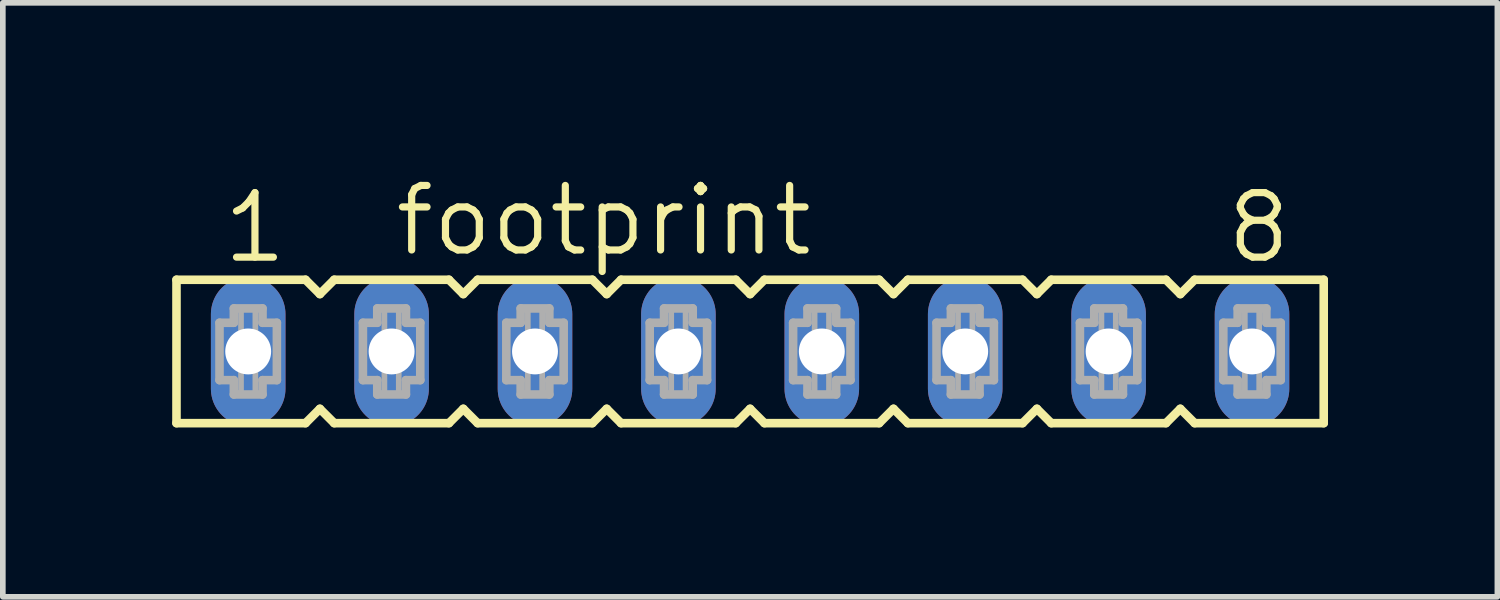
<source format=kicad_pcb>
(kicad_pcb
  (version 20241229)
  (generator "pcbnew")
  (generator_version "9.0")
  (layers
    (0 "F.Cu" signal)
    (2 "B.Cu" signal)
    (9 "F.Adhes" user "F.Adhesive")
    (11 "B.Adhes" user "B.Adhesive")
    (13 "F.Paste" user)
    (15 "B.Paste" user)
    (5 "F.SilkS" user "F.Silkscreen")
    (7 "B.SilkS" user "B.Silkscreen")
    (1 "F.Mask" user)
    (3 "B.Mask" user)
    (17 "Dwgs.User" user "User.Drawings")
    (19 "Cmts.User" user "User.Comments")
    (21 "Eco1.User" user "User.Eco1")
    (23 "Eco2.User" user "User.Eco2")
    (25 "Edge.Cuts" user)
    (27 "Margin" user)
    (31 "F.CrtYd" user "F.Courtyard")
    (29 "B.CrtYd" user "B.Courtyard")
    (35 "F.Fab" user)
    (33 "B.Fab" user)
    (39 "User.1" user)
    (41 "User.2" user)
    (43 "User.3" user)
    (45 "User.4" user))
  (footprint "footprint"
    (layer "F.Cu")
    (at 10.236 3.175)
    (property "Reference" "footprint" (at -6.35 -1.651 0) (layer "F.SilkS") (effects (font (size 1.143 1.143) (thickness 0.127)) (justify left bottom)))
    (fp_line (start -10.16 -1.27) (end -10.16 1.27) (stroke (width 0.152) (type solid)) (layer "F.SilkS"))
    (fp_line (start -10.16 1.27) (end -7.874 1.27) (stroke (width 0.152) (type solid)) (layer "F.SilkS"))
    (fp_line (start -7.874 -1.27) (end -10.16 -1.27) (stroke (width 0.152) (type solid)) (layer "F.SilkS"))
    (fp_line (start -7.874 1.27) (end -7.62 1.016) (stroke (width 0.152) (type solid)) (layer "F.SilkS"))
    (fp_line (start -7.62 -1.016) (end -7.874 -1.27) (stroke (width 0.152) (type solid)) (layer "F.SilkS"))
    (fp_line (start -7.62 1.016) (end -7.366 1.27) (stroke (width 0.152) (type solid)) (layer "F.SilkS"))
    (fp_line (start -7.366 -1.27) (end -7.62 -1.016) (stroke (width 0.152) (type solid)) (layer "F.SilkS"))
    (fp_line (start -7.366 1.27) (end -5.334 1.27) (stroke (width 0.152) (type solid)) (layer "F.SilkS"))
    (fp_line (start -5.334 -1.27) (end -7.366 -1.27) (stroke (width 0.152) (type solid)) (layer "F.SilkS"))
    (fp_line (start -5.334 1.27) (end -5.08 1.016) (stroke (width 0.152) (type solid)) (layer "F.SilkS"))
    (fp_line (start -5.08 -1.016) (end -5.334 -1.27) (stroke (width 0.152) (type solid)) (layer "F.SilkS"))
    (fp_line (start -5.08 1.016) (end -4.826 1.27) (stroke (width 0.152) (type solid)) (layer "F.SilkS"))
    (fp_line (start -4.826 -1.27) (end -5.08 -1.016) (stroke (width 0.152) (type solid)) (layer "F.SilkS"))
    (fp_line (start -4.826 1.27) (end -2.794 1.27) (stroke (width 0.152) (type solid)) (layer "F.SilkS"))
    (fp_line (start -2.794 -1.27) (end -4.826 -1.27) (stroke (width 0.152) (type solid)) (layer "F.SilkS"))
    (fp_line (start -2.794 1.27) (end -2.54 1.016) (stroke (width 0.152) (type solid)) (layer "F.SilkS"))
    (fp_line (start -2.54 -1.016) (end -2.794 -1.27) (stroke (width 0.152) (type solid)) (layer "F.SilkS"))
    (fp_line (start -2.54 1.016) (end -2.286 1.27) (stroke (width 0.152) (type solid)) (layer "F.SilkS"))
    (fp_line (start -2.286 -1.27) (end -2.54 -1.016) (stroke (width 0.152) (type solid)) (layer "F.SilkS"))
    (fp_line (start -2.286 1.27) (end -0.254 1.27) (stroke (width 0.152) (type solid)) (layer "F.SilkS"))
    (fp_line (start -0.254 -1.27) (end -2.286 -1.27) (stroke (width 0.152) (type solid)) (layer "F.SilkS"))
    (fp_line (start -0.254 1.27) (end 0 1.016) (stroke (width 0.152) (type solid)) (layer "F.SilkS"))
    (fp_line (start 0 -1.016) (end -0.254 -1.27) (stroke (width 0.152) (type solid)) (layer "F.SilkS"))
    (fp_line (start 0 1.016) (end 0.254 1.27) (stroke (width 0.152) (type solid)) (layer "F.SilkS"))
    (fp_line (start 0.254 -1.27) (end 0 -1.016) (stroke (width 0.152) (type solid)) (layer "F.SilkS"))
    (fp_line (start 0.254 1.27) (end 2.286 1.27) (stroke (width 0.152) (type solid)) (layer "F.SilkS"))
    (fp_line (start 2.286 -1.27) (end 0.254 -1.27) (stroke (width 0.152) (type solid)) (layer "F.SilkS"))
    (fp_line (start 2.286 1.27) (end 2.54 1.016) (stroke (width 0.152) (type solid)) (layer "F.SilkS"))
    (fp_line (start 2.54 -1.016) (end 2.286 -1.27) (stroke (width 0.152) (type solid)) (layer "F.SilkS"))
    (fp_line (start 2.54 1.016) (end 2.794 1.27) (stroke (width 0.152) (type solid)) (layer "F.SilkS"))
    (fp_line (start 2.794 -1.27) (end 2.54 -1.016) (stroke (width 0.152) (type solid)) (layer "F.SilkS"))
    (fp_line (start 2.794 1.27) (end 4.826 1.27) (stroke (width 0.152) (type solid)) (layer "F.SilkS"))
    (fp_line (start 4.826 -1.27) (end 2.794 -1.27) (stroke (width 0.152) (type solid)) (layer "F.SilkS"))
    (fp_line (start 4.826 1.27) (end 5.08 1.016) (stroke (width 0.152) (type solid)) (layer "F.SilkS"))
    (fp_line (start 5.08 -1.016) (end 4.826 -1.27) (stroke (width 0.152) (type solid)) (layer "F.SilkS"))
    (fp_line (start 5.08 1.016) (end 5.334 1.27) (stroke (width 0.152) (type solid)) (layer "F.SilkS"))
    (fp_line (start 5.334 -1.27) (end 5.08 -1.016) (stroke (width 0.152) (type solid)) (layer "F.SilkS"))
    (fp_line (start 5.334 1.27) (end 7.366 1.27) (stroke (width 0.152) (type solid)) (layer "F.SilkS"))
    (fp_line (start 7.366 -1.27) (end 5.334 -1.27) (stroke (width 0.152) (type solid)) (layer "F.SilkS"))
    (fp_line (start 7.366 1.27) (end 7.62 1.016) (stroke (width 0.152) (type solid)) (layer "F.SilkS"))
    (fp_line (start 7.62 -1.016) (end 7.366 -1.27) (stroke (width 0.152) (type solid)) (layer "F.SilkS"))
    (fp_line (start 7.62 1.016) (end 7.874 1.27) (stroke (width 0.152) (type solid)) (layer "F.SilkS"))
    (fp_line (start 7.874 -1.27) (end 7.62 -1.016) (stroke (width 0.152) (type solid)) (layer "F.SilkS"))
    (fp_line (start 7.874 1.27) (end 10.16 1.27) (stroke (width 0.152) (type solid)) (layer "F.SilkS"))
    (fp_line (start 10.16 -1.27) (end 7.874 -1.27) (stroke (width 0.152) (type solid)) (layer "F.SilkS"))
    (fp_line (start 10.16 1.27) (end 10.16 -1.27) (stroke (width 0.152) (type solid)) (layer "F.SilkS"))
    (fp_line (start -9.398 -0.508) (end -9.398 0.508) (stroke (width 0.152) (type solid)) (layer "F.Fab"))
    (fp_line (start -9.398 0.508) (end -9.144 0.508) (stroke (width 0.152) (type solid)) (layer "F.Fab"))
    (fp_line (start -9.144 -0.762) (end -9.144 -0.508) (stroke (width 0.152) (type solid)) (layer "F.Fab"))
    (fp_line (start -9.144 -0.508) (end -9.398 -0.508) (stroke (width 0.152) (type solid)) (layer "F.Fab"))
    (fp_line (start -9.144 0.508) (end -9.144 0.762) (stroke (width 0.152) (type solid)) (layer "F.Fab"))
    (fp_line (start -9.144 0.762) (end -8.636 0.762) (stroke (width 0.152) (type solid)) (layer "F.Fab"))
    (fp_line (start -8.636 -0.762) (end -9.144 -0.762) (stroke (width 0.152) (type solid)) (layer "F.Fab"))
    (fp_line (start -8.636 -0.508) (end -8.636 -0.762) (stroke (width 0.152) (type solid)) (layer "F.Fab"))
    (fp_line (start -8.636 0.508) (end -8.382 0.508) (stroke (width 0.152) (type solid)) (layer "F.Fab"))
    (fp_line (start -8.636 0.762) (end -8.636 0.508) (stroke (width 0.152) (type solid)) (layer "F.Fab"))
    (fp_line (start -8.382 -0.508) (end -8.636 -0.508) (stroke (width 0.152) (type solid)) (layer "F.Fab"))
    (fp_line (start -8.382 0.508) (end -8.382 -0.508) (stroke (width 0.152) (type solid)) (layer "F.Fab"))
    (fp_line (start -6.858 -0.508) (end -6.858 0.508) (stroke (width 0.152) (type solid)) (layer "F.Fab"))
    (fp_line (start -6.858 0.508) (end -6.604 0.508) (stroke (width 0.152) (type solid)) (layer "F.Fab"))
    (fp_line (start -6.604 -0.762) (end -6.604 -0.508) (stroke (width 0.152) (type solid)) (layer "F.Fab"))
    (fp_line (start -6.604 -0.508) (end -6.858 -0.508) (stroke (width 0.152) (type solid)) (layer "F.Fab"))
    (fp_line (start -6.604 0.508) (end -6.604 0.762) (stroke (width 0.152) (type solid)) (layer "F.Fab"))
    (fp_line (start -6.604 0.762) (end -6.096 0.762) (stroke (width 0.152) (type solid)) (layer "F.Fab"))
    (fp_line (start -6.096 -0.762) (end -6.604 -0.762) (stroke (width 0.152) (type solid)) (layer "F.Fab"))
    (fp_line (start -6.096 -0.508) (end -6.096 -0.762) (stroke (width 0.152) (type solid)) (layer "F.Fab"))
    (fp_line (start -6.096 0.508) (end -5.842 0.508) (stroke (width 0.152) (type solid)) (layer "F.Fab"))
    (fp_line (start -6.096 0.762) (end -6.096 0.508) (stroke (width 0.152) (type solid)) (layer "F.Fab"))
    (fp_line (start -5.842 -0.508) (end -6.096 -0.508) (stroke (width 0.152) (type solid)) (layer "F.Fab"))
    (fp_line (start -5.842 0.508) (end -5.842 -0.508) (stroke (width 0.152) (type solid)) (layer "F.Fab"))
    (fp_line (start -4.318 -0.508) (end -4.318 0.508) (stroke (width 0.152) (type solid)) (layer "F.Fab"))
    (fp_line (start -4.318 0.508) (end -4.064 0.508) (stroke (width 0.152) (type solid)) (layer "F.Fab"))
    (fp_line (start -4.064 -0.762) (end -4.064 -0.508) (stroke (width 0.152) (type solid)) (layer "F.Fab"))
    (fp_line (start -4.064 -0.508) (end -4.318 -0.508) (stroke (width 0.152) (type solid)) (layer "F.Fab"))
    (fp_line (start -4.064 0.508) (end -4.064 0.762) (stroke (width 0.152) (type solid)) (layer "F.Fab"))
    (fp_line (start -4.064 0.762) (end -3.556 0.762) (stroke (width 0.152) (type solid)) (layer "F.Fab"))
    (fp_line (start -3.556 -0.762) (end -4.064 -0.762) (stroke (width 0.152) (type solid)) (layer "F.Fab"))
    (fp_line (start -3.556 -0.508) (end -3.556 -0.762) (stroke (width 0.152) (type solid)) (layer "F.Fab"))
    (fp_line (start -3.556 0.508) (end -3.302 0.508) (stroke (width 0.152) (type solid)) (layer "F.Fab"))
    (fp_line (start -3.556 0.762) (end -3.556 0.508) (stroke (width 0.152) (type solid)) (layer "F.Fab"))
    (fp_line (start -3.302 -0.508) (end -3.556 -0.508) (stroke (width 0.152) (type solid)) (layer "F.Fab"))
    (fp_line (start -3.302 0.508) (end -3.302 -0.508) (stroke (width 0.152) (type solid)) (layer "F.Fab"))
    (fp_line (start -1.778 -0.508) (end -1.778 0.508) (stroke (width 0.152) (type solid)) (layer "F.Fab"))
    (fp_line (start -1.778 0.508) (end -1.524 0.508) (stroke (width 0.152) (type solid)) (layer "F.Fab"))
    (fp_line (start -1.524 -0.762) (end -1.524 -0.508) (stroke (width 0.152) (type solid)) (layer "F.Fab"))
    (fp_line (start -1.524 -0.508) (end -1.778 -0.508) (stroke (width 0.152) (type solid)) (layer "F.Fab"))
    (fp_line (start -1.524 0.508) (end -1.524 0.762) (stroke (width 0.152) (type solid)) (layer "F.Fab"))
    (fp_line (start -1.524 0.762) (end -1.016 0.762) (stroke (width 0.152) (type solid)) (layer "F.Fab"))
    (fp_line (start -1.016 -0.762) (end -1.524 -0.762) (stroke (width 0.152) (type solid)) (layer "F.Fab"))
    (fp_line (start -1.016 -0.508) (end -1.016 -0.762) (stroke (width 0.152) (type solid)) (layer "F.Fab"))
    (fp_line (start -1.016 0.508) (end -0.762 0.508) (stroke (width 0.152) (type solid)) (layer "F.Fab"))
    (fp_line (start -1.016 0.762) (end -1.016 0.508) (stroke (width 0.152) (type solid)) (layer "F.Fab"))
    (fp_line (start -0.762 -0.508) (end -1.016 -0.508) (stroke (width 0.152) (type solid)) (layer "F.Fab"))
    (fp_line (start -0.762 0.508) (end -0.762 -0.508) (stroke (width 0.152) (type solid)) (layer "F.Fab"))
    (fp_line (start 0.762 -0.508) (end 0.762 0.508) (stroke (width 0.152) (type solid)) (layer "F.Fab"))
    (fp_line (start 0.762 0.508) (end 1.016 0.508) (stroke (width 0.152) (type solid)) (layer "F.Fab"))
    (fp_line (start 1.016 -0.762) (end 1.016 -0.508) (stroke (width 0.152) (type solid)) (layer "F.Fab"))
    (fp_line (start 1.016 -0.508) (end 0.762 -0.508) (stroke (width 0.152) (type solid)) (layer "F.Fab"))
    (fp_line (start 1.016 0.508) (end 1.016 0.762) (stroke (width 0.152) (type solid)) (layer "F.Fab"))
    (fp_line (start 1.016 0.762) (end 1.524 0.762) (stroke (width 0.152) (type solid)) (layer "F.Fab"))
    (fp_line (start 1.524 -0.762) (end 1.016 -0.762) (stroke (width 0.152) (type solid)) (layer "F.Fab"))
    (fp_line (start 1.524 -0.508) (end 1.524 -0.762) (stroke (width 0.152) (type solid)) (layer "F.Fab"))
    (fp_line (start 1.524 0.508) (end 1.778 0.508) (stroke (width 0.152) (type solid)) (layer "F.Fab"))
    (fp_line (start 1.524 0.762) (end 1.524 0.508) (stroke (width 0.152) (type solid)) (layer "F.Fab"))
    (fp_line (start 1.778 -0.508) (end 1.524 -0.508) (stroke (width 0.152) (type solid)) (layer "F.Fab"))
    (fp_line (start 1.778 0.508) (end 1.778 -0.508) (stroke (width 0.152) (type solid)) (layer "F.Fab"))
    (fp_line (start 3.302 -0.508) (end 3.302 0.508) (stroke (width 0.152) (type solid)) (layer "F.Fab"))
    (fp_line (start 3.302 0.508) (end 3.556 0.508) (stroke (width 0.152) (type solid)) (layer "F.Fab"))
    (fp_line (start 3.556 -0.762) (end 3.556 -0.508) (stroke (width 0.152) (type solid)) (layer "F.Fab"))
    (fp_line (start 3.556 -0.508) (end 3.302 -0.508) (stroke (width 0.152) (type solid)) (layer "F.Fab"))
    (fp_line (start 3.556 0.508) (end 3.556 0.762) (stroke (width 0.152) (type solid)) (layer "F.Fab"))
    (fp_line (start 3.556 0.762) (end 4.064 0.762) (stroke (width 0.152) (type solid)) (layer "F.Fab"))
    (fp_line (start 4.064 -0.762) (end 3.556 -0.762) (stroke (width 0.152) (type solid)) (layer "F.Fab"))
    (fp_line (start 4.064 -0.508) (end 4.064 -0.762) (stroke (width 0.152) (type solid)) (layer "F.Fab"))
    (fp_line (start 4.064 0.508) (end 4.318 0.508) (stroke (width 0.152) (type solid)) (layer "F.Fab"))
    (fp_line (start 4.064 0.762) (end 4.064 0.508) (stroke (width 0.152) (type solid)) (layer "F.Fab"))
    (fp_line (start 4.318 -0.508) (end 4.064 -0.508) (stroke (width 0.152) (type solid)) (layer "F.Fab"))
    (fp_line (start 4.318 0.508) (end 4.318 -0.508) (stroke (width 0.152) (type solid)) (layer "F.Fab"))
    (fp_line (start 5.842 -0.508) (end 5.842 0.508) (stroke (width 0.152) (type solid)) (layer "F.Fab"))
    (fp_line (start 5.842 0.508) (end 6.096 0.508) (stroke (width 0.152) (type solid)) (layer "F.Fab"))
    (fp_line (start 6.096 -0.762) (end 6.096 -0.508) (stroke (width 0.152) (type solid)) (layer "F.Fab"))
    (fp_line (start 6.096 -0.508) (end 5.842 -0.508) (stroke (width 0.152) (type solid)) (layer "F.Fab"))
    (fp_line (start 6.096 0.508) (end 6.096 0.762) (stroke (width 0.152) (type solid)) (layer "F.Fab"))
    (fp_line (start 6.096 0.762) (end 6.604 0.762) (stroke (width 0.152) (type solid)) (layer "F.Fab"))
    (fp_line (start 6.604 -0.762) (end 6.096 -0.762) (stroke (width 0.152) (type solid)) (layer "F.Fab"))
    (fp_line (start 6.604 -0.508) (end 6.604 -0.762) (stroke (width 0.152) (type solid)) (layer "F.Fab"))
    (fp_line (start 6.604 0.508) (end 6.858 0.508) (stroke (width 0.152) (type solid)) (layer "F.Fab"))
    (fp_line (start 6.604 0.762) (end 6.604 0.508) (stroke (width 0.152) (type solid)) (layer "F.Fab"))
    (fp_line (start 6.858 -0.508) (end 6.604 -0.508) (stroke (width 0.152) (type solid)) (layer "F.Fab"))
    (fp_line (start 6.858 0.508) (end 6.858 -0.508) (stroke (width 0.152) (type solid)) (layer "F.Fab"))
    (fp_line (start 8.382 -0.508) (end 8.382 0.508) (stroke (width 0.152) (type solid)) (layer "F.Fab"))
    (fp_line (start 8.382 0.508) (end 8.636 0.508) (stroke (width 0.152) (type solid)) (layer "F.Fab"))
    (fp_line (start 8.636 -0.762) (end 8.636 -0.508) (stroke (width 0.152) (type solid)) (layer "F.Fab"))
    (fp_line (start 8.636 -0.508) (end 8.382 -0.508) (stroke (width 0.152) (type solid)) (layer "F.Fab"))
    (fp_line (start 8.636 0.508) (end 8.636 0.762) (stroke (width 0.152) (type solid)) (layer "F.Fab"))
    (fp_line (start 8.636 0.762) (end 9.144 0.762) (stroke (width 0.152) (type solid)) (layer "F.Fab"))
    (fp_line (start 9.144 -0.762) (end 8.636 -0.762) (stroke (width 0.152) (type solid)) (layer "F.Fab"))
    (fp_line (start 9.144 -0.508) (end 9.144 -0.762) (stroke (width 0.152) (type solid)) (layer "F.Fab"))
    (fp_line (start 9.144 0.508) (end 9.398 0.508) (stroke (width 0.152) (type solid)) (layer "F.Fab"))
    (fp_line (start 9.144 0.762) (end 9.144 0.508) (stroke (width 0.152) (type solid)) (layer "F.Fab"))
    (fp_line (start 9.398 -0.508) (end 9.144 -0.508) (stroke (width 0.152) (type solid)) (layer "F.Fab"))
    (fp_line (start 9.398 0.508) (end 9.398 -0.508) (stroke (width 0.152) (type solid)) (layer "F.Fab"))
    (fp_poly (pts (xy -9.017 -0.254) (xy -8.763 -0.254) (xy -8.763 -0.762) (xy -9.017 -0.762)) (stroke (width 0.1) (type solid)) (fill no) (layer "F.Fab"))
    (fp_poly (pts (xy -9.017 0.762) (xy -8.763 0.762) (xy -8.763 0.254) (xy -9.017 0.254)) (stroke (width 0.1) (type solid)) (fill no) (layer "F.Fab"))
    (fp_poly (pts (xy -6.477 -0.254) (xy -6.223 -0.254) (xy -6.223 -0.762) (xy -6.477 -0.762)) (stroke (width 0.1) (type solid)) (fill no) (layer "F.Fab"))
    (fp_poly (pts (xy -6.477 0.762) (xy -6.223 0.762) (xy -6.223 0.254) (xy -6.477 0.254)) (stroke (width 0.1) (type solid)) (fill no) (layer "F.Fab"))
    (fp_poly (pts (xy -3.937 -0.254) (xy -3.683 -0.254) (xy -3.683 -0.762) (xy -3.937 -0.762)) (stroke (width 0.1) (type solid)) (fill no) (layer "F.Fab"))
    (fp_poly (pts (xy -3.937 0.762) (xy -3.683 0.762) (xy -3.683 0.254) (xy -3.937 0.254)) (stroke (width 0.1) (type solid)) (fill no) (layer "F.Fab"))
    (fp_poly (pts (xy -1.397 -0.254) (xy -1.143 -0.254) (xy -1.143 -0.762) (xy -1.397 -0.762)) (stroke (width 0.1) (type solid)) (fill no) (layer "F.Fab"))
    (fp_poly (pts (xy -1.397 0.762) (xy -1.143 0.762) (xy -1.143 0.254) (xy -1.397 0.254)) (stroke (width 0.1) (type solid)) (fill no) (layer "F.Fab"))
    (fp_poly (pts (xy 1.143 -0.254) (xy 1.397 -0.254) (xy 1.397 -0.762) (xy 1.143 -0.762)) (stroke (width 0.1) (type solid)) (fill no) (layer "F.Fab"))
    (fp_poly (pts (xy 1.143 0.762) (xy 1.397 0.762) (xy 1.397 0.254) (xy 1.143 0.254)) (stroke (width 0.1) (type solid)) (fill no) (layer "F.Fab"))
    (fp_poly (pts (xy 3.683 -0.254) (xy 3.937 -0.254) (xy 3.937 -0.762) (xy 3.683 -0.762)) (stroke (width 0.1) (type solid)) (fill no) (layer "F.Fab"))
    (fp_poly (pts (xy 3.683 0.762) (xy 3.937 0.762) (xy 3.937 0.254) (xy 3.683 0.254)) (stroke (width 0.1) (type solid)) (fill no) (layer "F.Fab"))
    (fp_poly (pts (xy 6.223 -0.254) (xy 6.477 -0.254) (xy 6.477 -0.762) (xy 6.223 -0.762)) (stroke (width 0.1) (type solid)) (fill no) (layer "F.Fab"))
    (fp_poly (pts (xy 6.223 0.762) (xy 6.477 0.762) (xy 6.477 0.254) (xy 6.223 0.254)) (stroke (width 0.1) (type solid)) (fill no) (layer "F.Fab"))
    (fp_poly (pts (xy 8.763 -0.254) (xy 9.017 -0.254) (xy 9.017 -0.762) (xy 8.763 -0.762)) (stroke (width 0.1) (type solid)) (fill no) (layer "F.Fab"))
    (fp_poly (pts (xy 8.763 0.762) (xy 9.017 0.762) (xy 9.017 0.254) (xy 8.763 0.254)) (stroke (width 0.1) (type solid)) (fill no) (layer "F.Fab"))
    (fp_text user "1" (at -9.398 -1.524 0) (layer "F.SilkS") (effects (font (size 1.143 1.143) (thickness 0.127)) (justify left bottom)))
    (fp_text user "8" (at 8.382 -1.524 0) (layer "F.SilkS") (effects (font (size 1.143 1.143) (thickness 0.127)) (justify left bottom)))
    (pad "1" thru_hole oval (at -8.89 0 90) (size 2.642 1.321) (drill 0.813) (layers "*.Cu" "*.Mask"))
    (pad "2" thru_hole oval (at -6.35 0 90) (size 2.642 1.321) (drill 0.813) (layers "*.Cu" "*.Mask"))
    (pad "3" thru_hole oval (at -3.81 0 90) (size 2.642 1.321) (drill 0.813) (layers "*.Cu" "*.Mask"))
    (pad "4" thru_hole oval (at -1.27 0 90) (size 2.642 1.321) (drill 0.813) (layers "*.Cu" "*.Mask"))
    (pad "5" thru_hole oval (at 1.27 0 90) (size 2.642 1.321) (drill 0.813) (layers "*.Cu" "*.Mask"))
    (pad "6" thru_hole oval (at 3.81 0 90) (size 2.642 1.321) (drill 0.813) (layers "*.Cu" "*.Mask"))
    (pad "7" thru_hole oval (at 6.35 0 90) (size 2.642 1.321) (drill 0.813) (layers "*.Cu" "*.Mask"))
    (pad "8" thru_hole oval (at 8.89 0 90) (size 2.642 1.321) (drill 0.813) (layers "*.Cu" "*.Mask")))
  (gr_rect
    (start -3 -3)
    (end 23.472 7.521)
    (stroke (width 0.1) (type default))
    (fill no)
    (layer "Edge.Cuts")))
</source>
